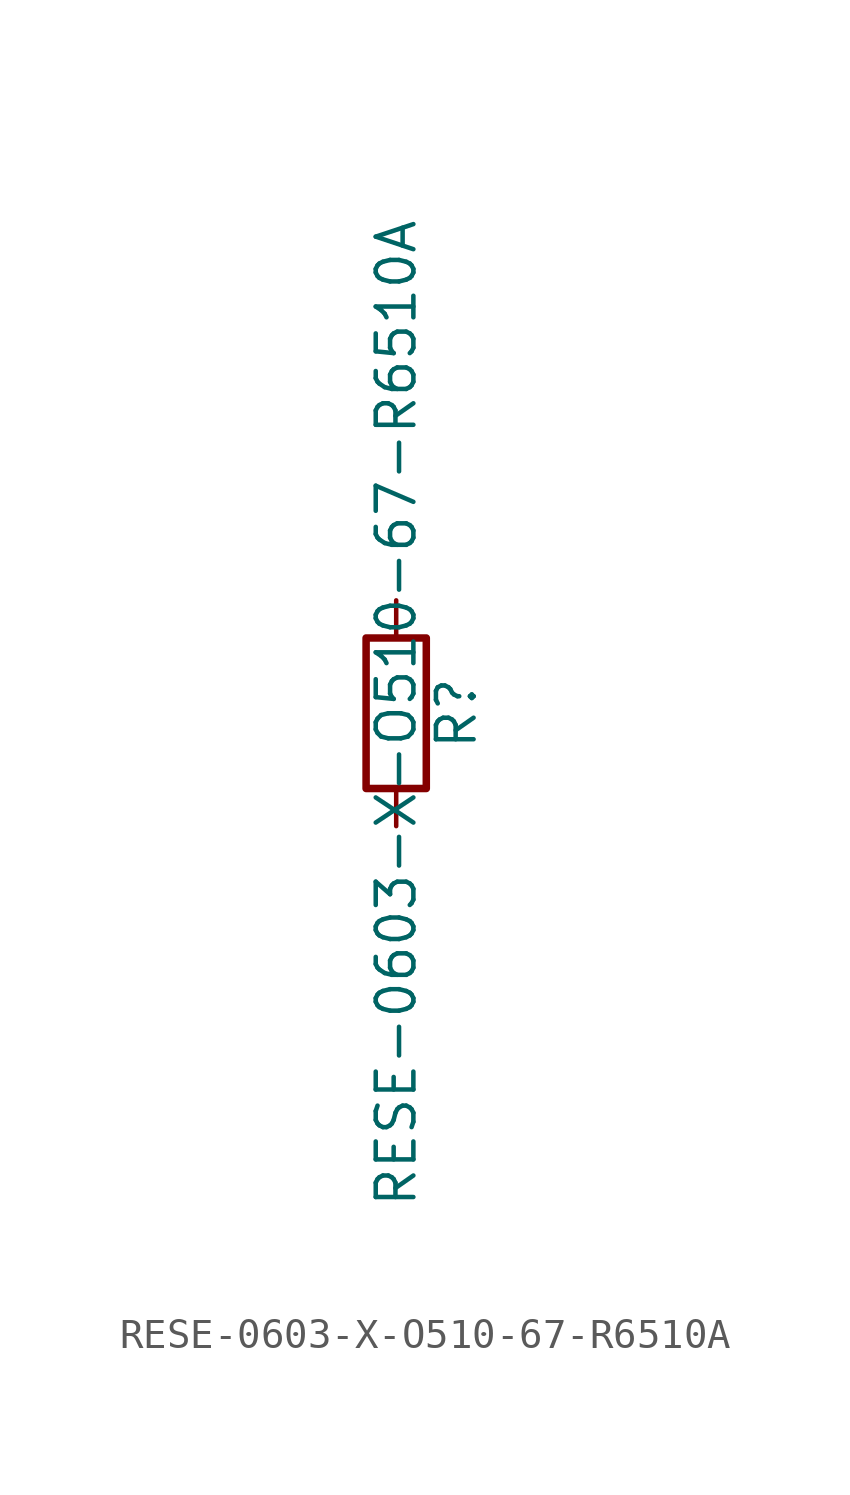
<source format=kicad_sym>
(kicad_symbol_lib
  (version 20211014)
  (generator kicad_symbol_editor)
  (symbol "RESE-0603-X-O510-67-R6510A"
    (pin_numbers hide)
    (pin_names
      (offset 0))
    (property "Reference" "R"
      (at 2.032 0 90)
      (effects (font (size 1.27 1.27))))
    (property "Value" "RESE-0603-X-O510-67-R6510A"
      (at 0 0 90)
      (effects (font (size 1.27 1.27))))
    (symbol "RESE-0603-X-O510-67-R6510A_0_1"
      (rectangle (start -1.016 -2.54) (end 1.016 2.54) (stroke (width 0.254) (type default) (color 0 0 0 0)) (fill (type none))))
    (symbol "RESE-0603-X-O510-67-R6510A_1_1"
      (pin passive line (at 0 3.81 270) (length 1.27) (name "~" (effects (font (size 1.27 1.27)))) (number "1" (effects (font (size 1.27 1.27)))))
      (pin passive line (at 0 -3.81 90) (length 1.27) (name "~" (effects (font (size 1.27 1.27)))) (number "2" (effects (font (size 1.27 1.27))))))))
</source>
